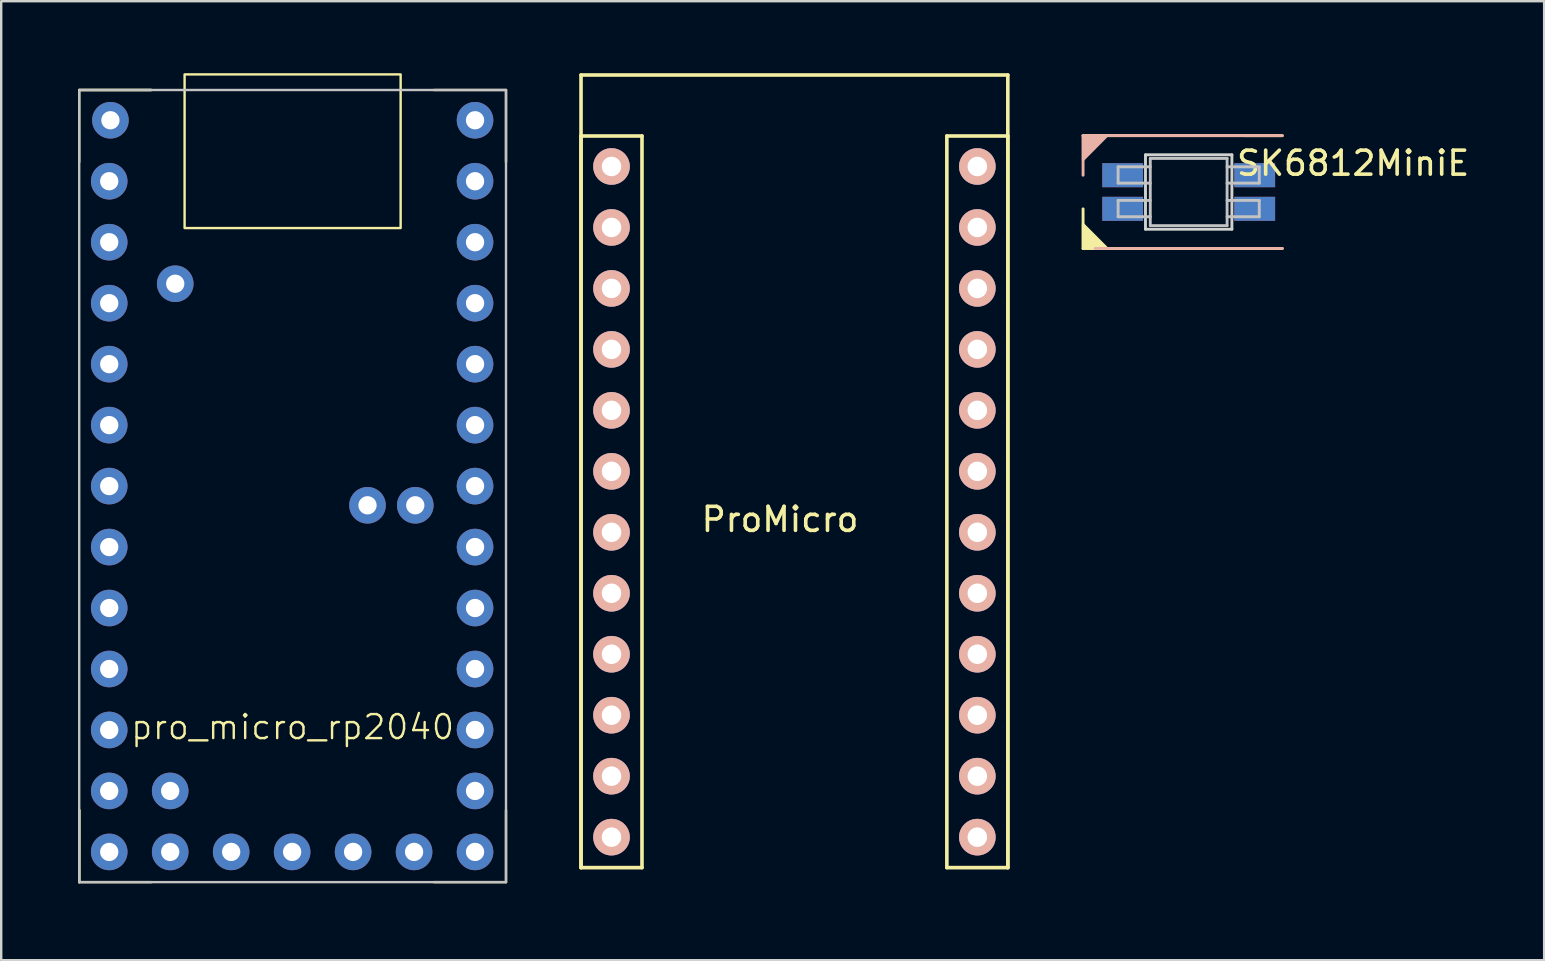
<source format=kicad_pcb>
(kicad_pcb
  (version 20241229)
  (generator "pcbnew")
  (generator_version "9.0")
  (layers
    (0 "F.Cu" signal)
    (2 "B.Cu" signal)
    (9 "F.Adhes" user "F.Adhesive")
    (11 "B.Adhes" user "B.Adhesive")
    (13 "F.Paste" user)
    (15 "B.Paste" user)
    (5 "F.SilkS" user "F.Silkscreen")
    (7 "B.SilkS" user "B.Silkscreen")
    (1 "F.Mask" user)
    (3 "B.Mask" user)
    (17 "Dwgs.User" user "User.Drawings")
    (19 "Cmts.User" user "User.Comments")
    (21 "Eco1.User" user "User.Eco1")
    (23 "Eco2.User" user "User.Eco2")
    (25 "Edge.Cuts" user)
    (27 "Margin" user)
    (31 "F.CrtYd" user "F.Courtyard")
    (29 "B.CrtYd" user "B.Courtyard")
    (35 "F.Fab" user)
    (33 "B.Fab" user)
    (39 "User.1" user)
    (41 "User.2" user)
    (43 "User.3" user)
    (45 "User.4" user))
  (footprint "ProMicro"
    (layer "F.Cu")
    (at 29.446 17.389)
    (property "Reference" "ProMicro" (at 0 1.2 0) (layer "F.SilkS") (effects (font (size 1 1) (thickness 0.15))))
    (attr through_hole)
    (fp_line (start -8.291 -17.314) (end -8.291 15.706) (stroke (width 0.15) (type solid)) (layer "F.SilkS"))
    (fp_line (start -8.291 -14.774) (end -8.291 15.706) (stroke (width 0.15) (type solid)) (layer "F.SilkS"))
    (fp_line (start -8.291 15.706) (end -5.751 15.706) (stroke (width 0.15) (type solid)) (layer "F.SilkS"))
    (fp_line (start -5.751 -14.774) (end -8.291 -14.774) (stroke (width 0.15) (type solid)) (layer "F.SilkS"))
    (fp_line (start -5.751 15.706) (end -5.751 -14.774) (stroke (width 0.15) (type solid)) (layer "F.SilkS"))
    (fp_line (start 6.949 -14.774) (end 6.949 15.706) (stroke (width 0.15) (type solid)) (layer "F.SilkS"))
    (fp_line (start 6.949 15.706) (end 9.489 15.706) (stroke (width 0.15) (type solid)) (layer "F.SilkS"))
    (fp_line (start 9.489 -17.314) (end -8.291 -17.314) (stroke (width 0.15) (type solid)) (layer "F.SilkS"))
    (fp_line (start 9.489 -14.774) (end 6.949 -14.774) (stroke (width 0.15) (type solid)) (layer "F.SilkS"))
    (fp_line (start 9.489 15.706) (end 9.489 -17.314) (stroke (width 0.15) (type solid)) (layer "F.SilkS"))
    (fp_line (start 9.489 15.706) (end 9.489 -14.774) (stroke (width 0.15) (type solid)) (layer "F.SilkS"))
    (pad "1" thru_hole circle (at 8.219 -13.504 180) (size 1.524 1.524) (drill 0.813) (layers "*.Cu" "*.Mask" "B.SilkS"))
    (pad "2" thru_hole circle (at 8.219 -10.964 180) (size 1.524 1.524) (drill 0.813) (layers "*.Cu" "*.Mask" "B.SilkS"))
    (pad "3" thru_hole circle (at 8.219 -8.424 180) (size 1.524 1.524) (drill 0.813) (layers "*.Cu" "*.Mask" "B.SilkS"))
    (pad "4" thru_hole circle (at 8.219 -5.884 180) (size 1.524 1.524) (drill 0.813) (layers "*.Cu" "*.Mask" "B.SilkS"))
    (pad "5" thru_hole circle (at 8.219 -3.344 180) (size 1.524 1.524) (drill 0.813) (layers "*.Cu" "*.Mask" "B.SilkS"))
    (pad "6" thru_hole circle (at 8.219 -0.804 180) (size 1.524 1.524) (drill 0.813) (layers "*.Cu" "*.Mask" "B.SilkS"))
    (pad "7" thru_hole circle (at 8.219 1.736 180) (size 1.524 1.524) (drill 0.813) (layers "*.Cu" "*.Mask" "B.SilkS"))
    (pad "8" thru_hole circle (at 8.219 4.276 180) (size 1.524 1.524) (drill 0.813) (layers "*.Cu" "*.Mask" "B.SilkS"))
    (pad "9" thru_hole circle (at 8.219 6.816 180) (size 1.524 1.524) (drill 0.813) (layers "*.Cu" "*.Mask" "B.SilkS"))
    (pad "10" thru_hole circle (at 8.219 9.356 180) (size 1.524 1.524) (drill 0.813) (layers "*.Cu" "*.Mask" "B.SilkS"))
    (pad "11" thru_hole circle (at 8.219 11.896 180) (size 1.524 1.524) (drill 0.813) (layers "*.Cu" "*.Mask" "B.SilkS"))
    (pad "12" thru_hole circle (at 8.219 14.436 180) (size 1.524 1.524) (drill 0.813) (layers "*.Cu" "*.Mask" "B.SilkS"))
    (pad "13" thru_hole circle (at -7.021 14.436 180) (size 1.524 1.524) (drill 0.813) (layers "*.Cu" "*.Mask" "B.SilkS"))
    (pad "14" thru_hole circle (at -7.021 11.896 180) (size 1.524 1.524) (drill 0.813) (layers "*.Cu" "*.Mask" "B.SilkS"))
    (pad "15" thru_hole circle (at -7.021 9.356 180) (size 1.524 1.524) (drill 0.813) (layers "*.Cu" "*.Mask" "B.SilkS"))
    (pad "16" thru_hole circle (at -7.021 6.816 180) (size 1.524 1.524) (drill 0.813) (layers "*.Cu" "*.Mask" "B.SilkS"))
    (pad "17" thru_hole circle (at -7.021 4.276 180) (size 1.524 1.524) (drill 0.813) (layers "*.Cu" "*.Mask" "B.SilkS"))
    (pad "18" thru_hole circle (at -7.021 1.736 180) (size 1.524 1.524) (drill 0.813) (layers "*.Cu" "*.Mask" "B.SilkS"))
    (pad "19" thru_hole circle (at -7.021 -0.804 180) (size 1.524 1.524) (drill 0.813) (layers "*.Cu" "*.Mask" "B.SilkS"))
    (pad "20" thru_hole circle (at -7.021 -3.344 180) (size 1.524 1.524) (drill 0.813) (layers "*.Cu" "*.Mask" "B.SilkS"))
    (pad "21" thru_hole circle (at -7.021 -5.884 180) (size 1.524 1.524) (drill 0.813) (layers "*.Cu" "*.Mask" "B.SilkS"))
    (pad "22" thru_hole circle (at -7.021 -8.424 180) (size 1.524 1.524) (drill 0.813) (layers "*.Cu" "*.Mask" "B.SilkS"))
    (pad "23" thru_hole circle (at -7.021 -10.964 180) (size 1.524 1.524) (drill 0.813) (layers "*.Cu" "*.Mask" "B.SilkS"))
    (pad "24" thru_hole circle (at -7.021 -13.504 180) (size 1.524 1.524) (drill 0.813) (layers "*.Cu" "*.Mask" "B.SilkS")))
  (footprint "SK6812MiniE"
    (layer "F.Cu")
    (at 46.47 0.25)
    (property "Reference" "SK6812MiniE" (at 6.85 3.5 180) (layer "F.SilkS") (effects (font (size 1 1) (thickness 0.15))))
    (attr through_hole)
    (fp_line (start -4.4 2.349) (end 3.9 2.352) (stroke (width 0.12) (type solid)) (layer "F.SilkS"))
    (fp_line (start -4.4 7.052) (end -4.4 5.401) (stroke (width 0.12) (type solid)) (layer "F.SilkS"))
    (fp_line (start 3.9 7.052) (end -4.4 7.052) (stroke (width 0.12) (type solid)) (layer "F.SilkS"))
    (fp_poly (pts (xy -3.392 7.049) (xy -4.4 7.052) (xy -4.4 6.036)) (stroke (width 0.1) (type solid)) (fill yes) (layer "F.SilkS"))
    (fp_line (start -4.4 2.349) (end -4.4 4) (stroke (width 0.12) (type solid)) (layer "B.SilkS"))
    (fp_line (start -3.9 7.049) (end 3.9 7.049) (stroke (width 0.12) (type solid)) (layer "B.SilkS"))
    (fp_line (start 3.9 2.349) (end -4.4 2.349) (stroke (width 0.12) (type solid)) (layer "B.SilkS"))
    (fp_poly (pts (xy -4.4 3.365) (xy -4.4 2.349) (xy -3.392 2.349)) (stroke (width 0.1) (type solid)) (fill yes) (layer "B.SilkS"))
    (fp_line (start -2.94 3.649) (end -2.94 4.329) (stroke (width 0.12) (type solid)) (layer "Dwgs.User"))
    (fp_line (start -2.94 4.329) (end -1.6 4.329) (stroke (width 0.12) (type solid)) (layer "Dwgs.User"))
    (fp_line (start -2.94 5.049) (end -2.94 5.729) (stroke (width 0.12) (type solid)) (layer "Dwgs.User"))
    (fp_line (start -2.94 5.729) (end -1.6 5.729) (stroke (width 0.12) (type solid)) (layer "Dwgs.User"))
    (fp_line (start -1.6 3.299) (end -1.6 6.099) (stroke (width 0.12) (type solid)) (layer "Dwgs.User"))
    (fp_line (start -1.6 3.299) (end 1.6 3.299) (stroke (width 0.12) (type solid)) (layer "Dwgs.User"))
    (fp_line (start -1.6 3.649) (end -2.94 3.649) (stroke (width 0.12) (type solid)) (layer "Dwgs.User"))
    (fp_line (start -1.6 5.049) (end -2.94 5.049) (stroke (width 0.12) (type solid)) (layer "Dwgs.User"))
    (fp_line (start -1.6 6.099) (end 1.6 6.099) (stroke (width 0.12) (type solid)) (layer "Dwgs.User"))
    (fp_line (start 1.6 3.299) (end 1.6 6.099) (stroke (width 0.12) (type solid)) (layer "Dwgs.User"))
    (fp_line (start 1.6 4.329) (end 2.94 4.329) (stroke (width 0.12) (type solid)) (layer "Dwgs.User"))
    (fp_line (start 1.6 5.729) (end 2.94 5.729) (stroke (width 0.12) (type solid)) (layer "Dwgs.User"))
    (fp_line (start 2.94 3.649) (end 1.6 3.649) (stroke (width 0.12) (type solid)) (layer "Dwgs.User"))
    (fp_line (start 2.94 4.329) (end 2.94 3.649) (stroke (width 0.12) (type solid)) (layer "Dwgs.User"))
    (fp_line (start 2.94 5.049) (end 1.6 5.049) (stroke (width 0.12) (type solid)) (layer "Dwgs.User"))
    (fp_line (start 2.94 5.729) (end 2.94 5.049) (stroke (width 0.12) (type solid)) (layer "Dwgs.User"))
    (fp_line (start -1.8 3.149) (end -1.8 6.249) (stroke (width 0.12) (type solid)) (layer "Edge.Cuts"))
    (fp_line (start -1.8 6.249) (end 1.8 6.249) (stroke (width 0.12) (type solid)) (layer "Edge.Cuts"))
    (fp_line (start 1.8 3.149) (end -1.8 3.149) (stroke (width 0.12) (type solid)) (layer "Edge.Cuts"))
    (fp_line (start 1.8 6.249) (end 1.8 3.149) (stroke (width 0.12) (type solid)) (layer "Edge.Cuts"))
    (pad "1" smd rect (at 2.75 3.999) (size 1.7 1) (layers "F.Cu" "F.Mask" "F.Paste"))
    (pad "1" smd rect (at 2.75 5.399) (size 1.7 1) (layers "B.Cu" "B.Mask" "B.Paste"))
    (pad "2" smd rect (at 2.75 3.999) (size 1.7 1) (layers "B.Cu" "B.Mask" "B.Paste"))
    (pad "2" smd rect (at 2.75 5.399) (size 1.7 1) (layers "F.Cu" "F.Mask" "F.Paste"))
    (pad "3" smd rect (at -2.75 3.999) (size 1.7 1) (layers "B.Cu" "B.Mask" "B.Paste"))
    (pad "3" smd rect (at -2.75 5.399) (size 1.7 1) (layers "F.Cu" "F.Mask" "F.Paste"))
    (pad "4" smd rect (at -2.75 3.999) (size 1.7 1) (layers "F.Cu" "F.Mask" "F.Paste"))
    (pad "4" smd rect (at -2.75 5.399) (size 1.7 1) (layers "B.Cu" "B.Mask" "B.Paste")))
  (footprint "pro_micro_rp2040"
    (layer "F.Cu")
    (at 0.25 33.7)
    (property "Reference" "pro_micro_rp2040" (at 8.89 -6.46 0) (unlocked yes) (layer "F.SilkS") (effects (font (size 1 1) (thickness 0.1))))
    (attr through_hole)
    (fp_line (start 0 -33) (end 0 -30) (stroke (width 0.1) (type default)) (layer "F.SilkS"))
    (fp_line (start 0 -33) (end 3 -33) (stroke (width 0.1) (type default)) (layer "F.SilkS"))
    (fp_line (start 0 -3) (end 0 0) (stroke (width 0.1) (type default)) (layer "F.SilkS"))
    (fp_line (start 0 0) (end 0 -3) (stroke (width 0.1) (type default)) (layer "F.SilkS"))
    (fp_line (start 0 0) (end 3 0) (stroke (width 0.1) (type default)) (layer "F.SilkS"))
    (fp_line (start 3 -33) (end 0 -33) (stroke (width 0.1) (type default)) (layer "F.SilkS"))
    (fp_line (start 17.78 -33) (end 14.78 -33) (stroke (width 0.1) (type default)) (layer "F.SilkS"))
    (fp_line (start 17.78 -33) (end 17.78 -30) (stroke (width 0.1) (type default)) (layer "F.SilkS"))
    (fp_line (start 17.78 0) (end 14.78 0) (stroke (width 0.1) (type default)) (layer "F.SilkS"))
    (fp_line (start 17.78 0) (end 17.78 -3) (stroke (width 0.1) (type default)) (layer "F.SilkS"))
    (fp_rect (start 4.39 -27.25) (end 13.39 -33.65) (stroke (width 0.1) (type default)) (fill no) (layer "F.SilkS"))
    (fp_rect (start 0 0) (end 17.78 -33) (stroke (width 0.1) (type default)) (fill no) (layer "Dwgs.User"))
    (pad "0" thru_hole circle (at 1.25 -29.2) (size 1.524 1.524) (drill 0.762) (layers "*.Cu" "*.Mask"))
    (pad "1" thru_hole circle (at 1.25 -26.66) (size 1.524 1.524) (drill 0.762) (layers "*.Cu" "*.Mask"))
    (pad "2" thru_hole circle (at 1.25 -19.04) (size 1.524 1.524) (drill 0.762) (layers "*.Cu" "*.Mask"))
    (pad "3" thru_hole circle (at 1.25 -16.5) (size 1.524 1.524) (drill 0.762) (layers "*.Cu" "*.Mask"))
    (pad "3V3" thru_hole circle (at 16.49 -21.58) (size 1.524 1.524) (drill 0.762) (layers "*.Cu" "*.Mask"))
    (pad "4" thru_hole circle (at 1.25 -13.96) (size 1.524 1.524) (drill 0.762) (layers "*.Cu" "*.Mask"))
    (pad "5" thru_hole circle (at 1.25 -11.42) (size 1.524 1.524) (drill 0.762) (layers "*.Cu" "*.Mask"))
    (pad "5V" thru_hole circle (at 16.49 -29.2) (size 1.524 1.524) (drill 0.762) (layers "*.Cu" "*.Mask"))
    (pad "6" thru_hole circle (at 1.25 -8.88) (size 1.524 1.524) (drill 0.762) (layers "*.Cu" "*.Mask"))
    (pad "7" thru_hole circle (at 1.25 -6.34) (size 1.524 1.524) (drill 0.762) (layers "*.Cu" "*.Mask"))
    (pad "8" thru_hole circle (at 1.25 -3.8) (size 1.524 1.524) (drill 0.762) (layers "*.Cu" "*.Mask"))
    (pad "9" thru_hole circle (at 1.25 -1.26) (size 1.524 1.524) (drill 0.762) (layers "*.Cu" "*.Mask"))
    (pad "10" thru_hole circle (at 1.3 -31.74) (size 1.524 1.524) (drill 0.762) (layers "*.Cu" "*.Mask"))
    (pad "11" thru_hole circle (at 16.49 -31.74) (size 1.524 1.524) (drill 0.762) (layers "*.Cu" "*.Mask"))
    (pad "12" thru_hole circle (at 3.79 -1.26) (size 1.524 1.524) (drill 0.762) (layers "*.Cu" "*.Mask"))
    (pad "13" thru_hole circle (at 6.33 -1.26) (size 1.524 1.524) (drill 0.762) (layers "*.Cu" "*.Mask"))
    (pad "14" thru_hole circle (at 8.87 -1.26) (size 1.524 1.524) (drill 0.762) (layers "*.Cu" "*.Mask"))
    (pad "15" thru_hole circle (at 11.41 -1.26) (size 1.524 1.524) (drill 0.762) (layers "*.Cu" "*.Mask"))
    (pad "16" thru_hole circle (at 13.95 -1.26) (size 1.524 1.524) (drill 0.762) (layers "*.Cu" "*.Mask"))
    (pad "18" thru_hole circle (at 12.01 -15.7) (size 1.524 1.524) (drill 0.762) (layers "*.Cu" "*.Mask"))
    (pad "20" thru_hole circle (at 16.49 -6.34) (size 1.524 1.524) (drill 0.762) (layers "*.Cu" "*.Mask"))
    (pad "21" thru_hole circle (at 16.49 -1.26) (size 1.524 1.524) (drill 0.762) (layers "*.Cu" "*.Mask"))
    (pad "22" thru_hole circle (at 16.49 -8.88) (size 1.524 1.524) (drill 0.762) (layers "*.Cu" "*.Mask"))
    (pad "23" thru_hole circle (at 16.49 -3.8) (size 1.524 1.524) (drill 0.762) (layers "*.Cu" "*.Mask"))
    (pad "24" thru_hole circle (at 14 -15.7) (size 1.524 1.524) (drill 0.762) (layers "*.Cu" "*.Mask"))
    (pad "25" thru_hole circle (at 3.79 -3.8) (size 1.524 1.524) (drill 0.762) (layers "*.Cu" "*.Mask"))
    (pad "26" thru_hole circle (at 16.49 -11.42) (size 1.524 1.524) (drill 0.762) (layers "*.Cu" "*.Mask"))
    (pad "27" thru_hole circle (at 16.49 -13.96) (size 1.524 1.524) (drill 0.762) (layers "*.Cu" "*.Mask"))
    (pad "28" thru_hole circle (at 16.49 -16.5) (size 1.524 1.524) (drill 0.762) (layers "*.Cu" "*.Mask"))
    (pad "29" thru_hole circle (at 16.49 -19.04) (size 1.524 1.524) (drill 0.762) (layers "*.Cu" "*.Mask"))
    (pad "BOOT" thru_hole circle (at 4 -24.93) (size 1.524 1.524) (drill 0.762) (layers "*.Cu" "*.Mask"))
    (pad "GND" thru_hole circle (at 1.25 -24.12) (size 1.524 1.524) (drill 0.762) (layers "*.Cu" "*.Mask"))
    (pad "GND" thru_hole circle (at 1.25 -21.58) (size 1.524 1.524) (drill 0.762) (layers "*.Cu" "*.Mask"))
    (pad "GND" thru_hole circle (at 16.49 -26.66) (size 1.524 1.524) (drill 0.762) (layers "*.Cu" "*.Mask"))
    (pad "RST" thru_hole circle (at 16.49 -24.12) (size 1.524 1.524) (drill 0.762) (layers "*.Cu" "*.Mask")))
  (gr_rect
    (start -3 -3)
    (end 61.278 36.95)
    (stroke (width 0.1) (type default))
    (fill no)
    (layer "Edge.Cuts")))
</source>
